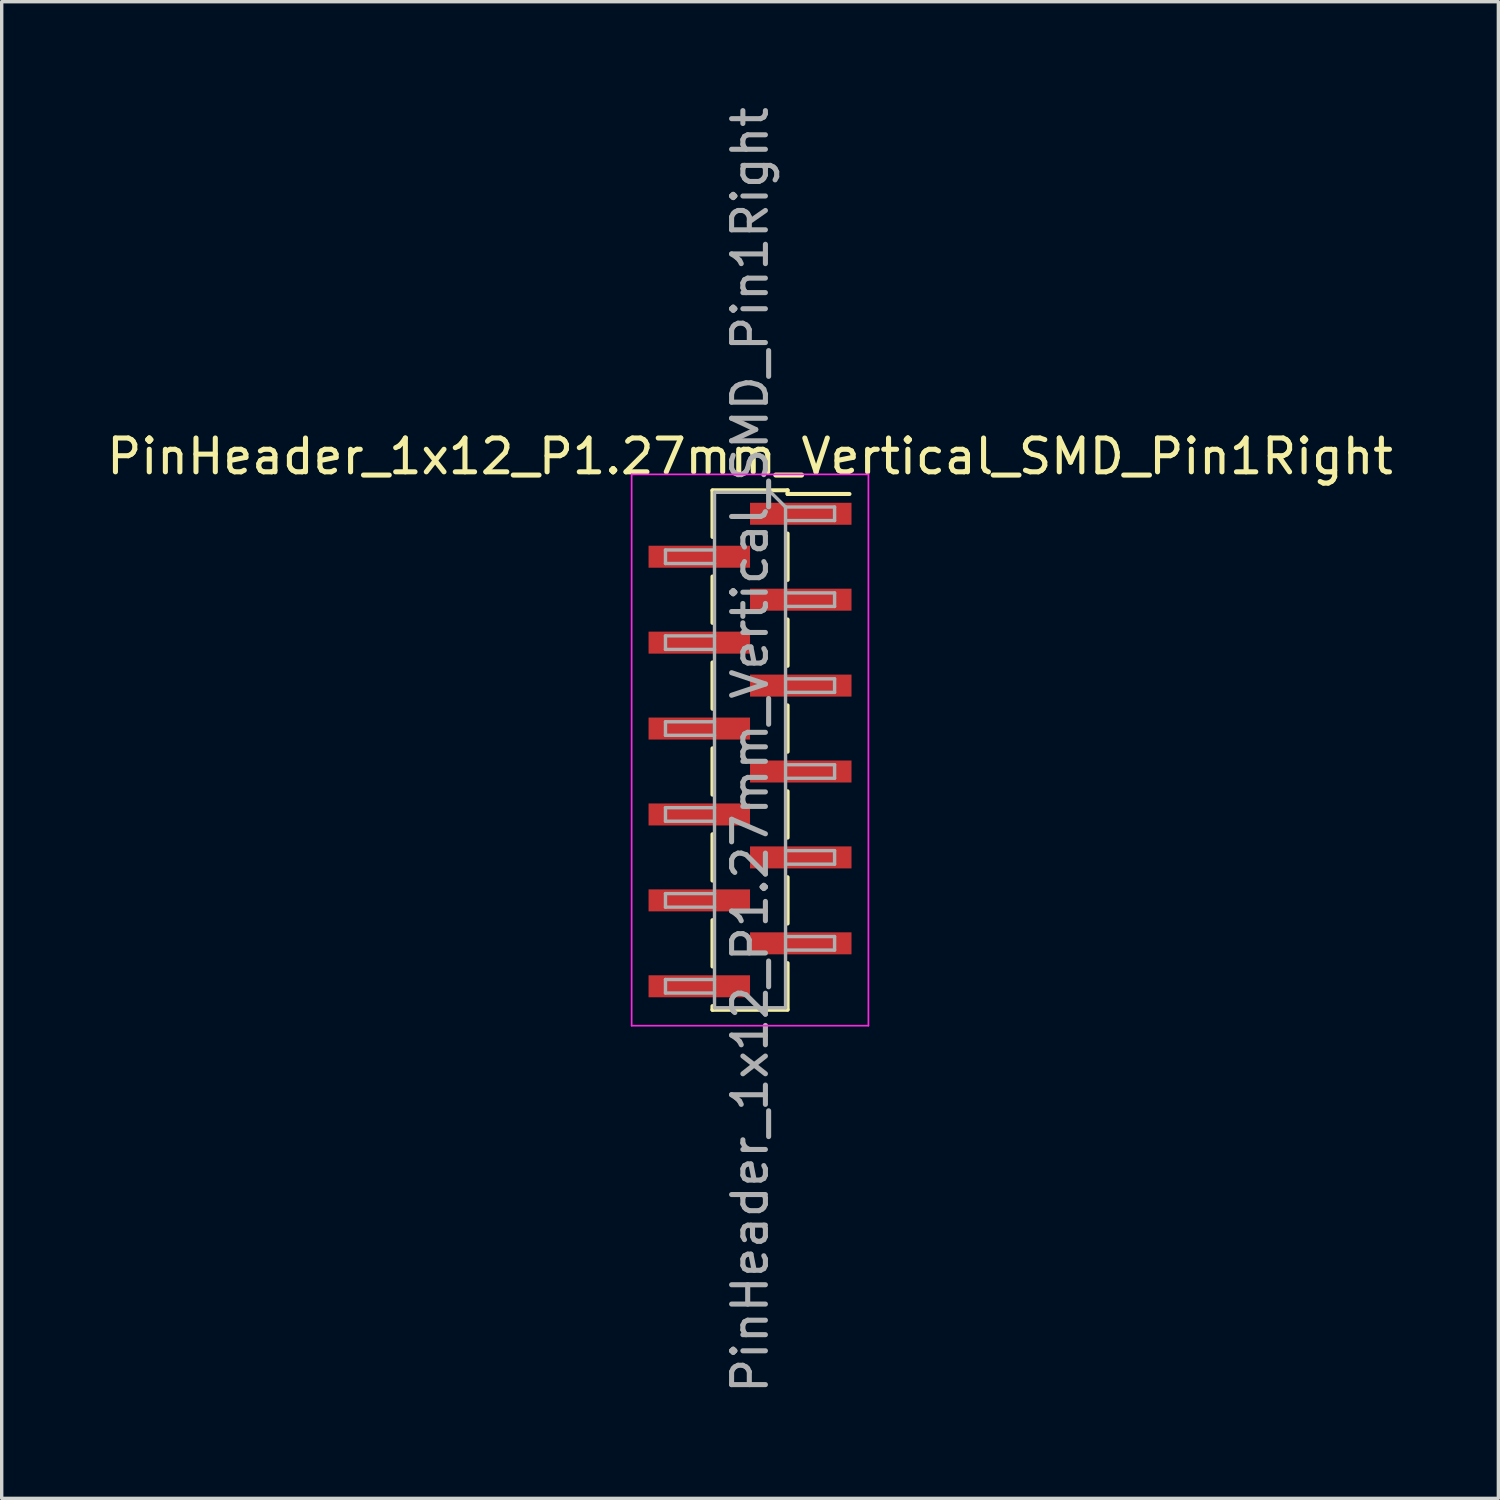
<source format=kicad_pcb>
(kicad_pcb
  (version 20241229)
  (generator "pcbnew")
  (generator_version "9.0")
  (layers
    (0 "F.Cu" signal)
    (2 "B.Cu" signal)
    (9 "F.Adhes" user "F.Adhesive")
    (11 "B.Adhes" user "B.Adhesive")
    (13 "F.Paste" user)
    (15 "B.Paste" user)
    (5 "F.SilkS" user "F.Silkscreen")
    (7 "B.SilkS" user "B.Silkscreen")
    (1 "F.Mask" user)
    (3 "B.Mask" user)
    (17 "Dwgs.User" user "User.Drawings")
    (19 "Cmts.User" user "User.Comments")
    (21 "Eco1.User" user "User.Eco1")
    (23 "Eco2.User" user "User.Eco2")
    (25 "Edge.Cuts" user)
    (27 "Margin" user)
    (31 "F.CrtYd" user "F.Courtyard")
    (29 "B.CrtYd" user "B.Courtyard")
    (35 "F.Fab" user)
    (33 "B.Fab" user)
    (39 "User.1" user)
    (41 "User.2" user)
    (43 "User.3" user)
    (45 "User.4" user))
  (footprint "PinHeader_1x12_P1.27mm_Vertical_SMD_Pin1Right"
    (layer "F.Cu")
    (at 19.125 19.125)
    (property "Reference" "PinHeader_1x12_P1.27mm_Vertical_SMD_Pin1Right" (at 0 -8.68 0) (layer "F.SilkS") (effects (font (size 1 1) (thickness 0.15))))
    (attr smd)
    (fp_line (start -1.11 -7.68) (end 1.11 -7.68) (stroke (width 0.12) (type solid)) (layer "F.SilkS"))
    (fp_line (start -1.11 -7.67) (end -1.11 -6.3) (stroke (width 0.12) (type solid)) (layer "F.SilkS"))
    (fp_line (start -1.11 -5.13) (end -1.11 -3.76) (stroke (width 0.12) (type solid)) (layer "F.SilkS"))
    (fp_line (start -1.11 -2.59) (end -1.11 -1.22) (stroke (width 0.12) (type solid)) (layer "F.SilkS"))
    (fp_line (start -1.11 -0.05) (end -1.11 1.32) (stroke (width 0.12) (type solid)) (layer "F.SilkS"))
    (fp_line (start -1.11 2.49) (end -1.11 3.86) (stroke (width 0.12) (type solid)) (layer "F.SilkS"))
    (fp_line (start -1.11 5.03) (end -1.11 6.4) (stroke (width 0.12) (type solid)) (layer "F.SilkS"))
    (fp_line (start -1.11 7.57) (end -1.11 7.68) (stroke (width 0.12) (type solid)) (layer "F.SilkS"))
    (fp_line (start -1.11 7.68) (end 1.11 7.68) (stroke (width 0.12) (type solid)) (layer "F.SilkS"))
    (fp_line (start 1.11 -7.68) (end 1.11 -7.57) (stroke (width 0.12) (type solid)) (layer "F.SilkS"))
    (fp_line (start 1.11 -7.57) (end 2.94 -7.57) (stroke (width 0.12) (type solid)) (layer "F.SilkS"))
    (fp_line (start 1.11 -6.4) (end 1.11 -5.03) (stroke (width 0.12) (type solid)) (layer "F.SilkS"))
    (fp_line (start 1.11 -3.86) (end 1.11 -2.49) (stroke (width 0.12) (type solid)) (layer "F.SilkS"))
    (fp_line (start 1.11 -1.32) (end 1.11 0.05) (stroke (width 0.12) (type solid)) (layer "F.SilkS"))
    (fp_line (start 1.11 1.22) (end 1.11 2.59) (stroke (width 0.12) (type solid)) (layer "F.SilkS"))
    (fp_line (start 1.11 3.76) (end 1.11 5.13) (stroke (width 0.12) (type solid)) (layer "F.SilkS"))
    (fp_line (start 1.11 6.3) (end 1.11 7.67) (stroke (width 0.12) (type solid)) (layer "F.SilkS"))
    (fp_line (start -3.5 -8.15) (end -3.5 8.15) (stroke (width 0.05) (type solid)) (layer "F.CrtYd"))
    (fp_line (start -3.5 8.15) (end 3.5 8.15) (stroke (width 0.05) (type solid)) (layer "F.CrtYd"))
    (fp_line (start 3.5 -8.15) (end -3.5 -8.15) (stroke (width 0.05) (type solid)) (layer "F.CrtYd"))
    (fp_line (start 3.5 8.15) (end 3.5 -8.15) (stroke (width 0.05) (type solid)) (layer "F.CrtYd"))
    (fp_line (start -2.5 -5.915) (end -2.5 -5.515) (stroke (width 0.1) (type solid)) (layer "F.Fab"))
    (fp_line (start -2.5 -5.515) (end -1.05 -5.515) (stroke (width 0.1) (type solid)) (layer "F.Fab"))
    (fp_line (start -2.5 -3.375) (end -2.5 -2.975) (stroke (width 0.1) (type solid)) (layer "F.Fab"))
    (fp_line (start -2.5 -2.975) (end -1.05 -2.975) (stroke (width 0.1) (type solid)) (layer "F.Fab"))
    (fp_line (start -2.5 -0.835) (end -2.5 -0.435) (stroke (width 0.1) (type solid)) (layer "F.Fab"))
    (fp_line (start -2.5 -0.435) (end -1.05 -0.435) (stroke (width 0.1) (type solid)) (layer "F.Fab"))
    (fp_line (start -2.5 1.705) (end -2.5 2.105) (stroke (width 0.1) (type solid)) (layer "F.Fab"))
    (fp_line (start -2.5 2.105) (end -1.05 2.105) (stroke (width 0.1) (type solid)) (layer "F.Fab"))
    (fp_line (start -2.5 4.245) (end -2.5 4.645) (stroke (width 0.1) (type solid)) (layer "F.Fab"))
    (fp_line (start -2.5 4.645) (end -1.05 4.645) (stroke (width 0.1) (type solid)) (layer "F.Fab"))
    (fp_line (start -2.5 6.785) (end -2.5 7.185) (stroke (width 0.1) (type solid)) (layer "F.Fab"))
    (fp_line (start -2.5 7.185) (end -1.05 7.185) (stroke (width 0.1) (type solid)) (layer "F.Fab"))
    (fp_line (start -1.05 -7.62) (end -1.05 7.62) (stroke (width 0.1) (type solid)) (layer "F.Fab"))
    (fp_line (start -1.05 -7.62) (end 0.615 -7.62) (stroke (width 0.1) (type solid)) (layer "F.Fab"))
    (fp_line (start -1.05 -5.915) (end -2.5 -5.915) (stroke (width 0.1) (type solid)) (layer "F.Fab"))
    (fp_line (start -1.05 -3.375) (end -2.5 -3.375) (stroke (width 0.1) (type solid)) (layer "F.Fab"))
    (fp_line (start -1.05 -0.835) (end -2.5 -0.835) (stroke (width 0.1) (type solid)) (layer "F.Fab"))
    (fp_line (start -1.05 1.705) (end -2.5 1.705) (stroke (width 0.1) (type solid)) (layer "F.Fab"))
    (fp_line (start -1.05 4.245) (end -2.5 4.245) (stroke (width 0.1) (type solid)) (layer "F.Fab"))
    (fp_line (start -1.05 6.785) (end -2.5 6.785) (stroke (width 0.1) (type solid)) (layer "F.Fab"))
    (fp_line (start 1.05 -7.185) (end 0.615 -7.62) (stroke (width 0.1) (type solid)) (layer "F.Fab"))
    (fp_line (start 1.05 -7.185) (end 2.5 -7.185) (stroke (width 0.1) (type solid)) (layer "F.Fab"))
    (fp_line (start 1.05 -4.645) (end 2.5 -4.645) (stroke (width 0.1) (type solid)) (layer "F.Fab"))
    (fp_line (start 1.05 -2.105) (end 2.5 -2.105) (stroke (width 0.1) (type solid)) (layer "F.Fab"))
    (fp_line (start 1.05 0.435) (end 2.5 0.435) (stroke (width 0.1) (type solid)) (layer "F.Fab"))
    (fp_line (start 1.05 2.975) (end 2.5 2.975) (stroke (width 0.1) (type solid)) (layer "F.Fab"))
    (fp_line (start 1.05 5.515) (end 2.5 5.515) (stroke (width 0.1) (type solid)) (layer "F.Fab"))
    (fp_line (start 1.05 7.62) (end -1.05 7.62) (stroke (width 0.1) (type solid)) (layer "F.Fab"))
    (fp_line (start 1.05 7.62) (end 1.05 -7.185) (stroke (width 0.1) (type solid)) (layer "F.Fab"))
    (fp_line (start 2.5 -7.185) (end 2.5 -6.785) (stroke (width 0.1) (type solid)) (layer "F.Fab"))
    (fp_line (start 2.5 -6.785) (end 1.05 -6.785) (stroke (width 0.1) (type solid)) (layer "F.Fab"))
    (fp_line (start 2.5 -4.645) (end 2.5 -4.245) (stroke (width 0.1) (type solid)) (layer "F.Fab"))
    (fp_line (start 2.5 -4.245) (end 1.05 -4.245) (stroke (width 0.1) (type solid)) (layer "F.Fab"))
    (fp_line (start 2.5 -2.105) (end 2.5 -1.705) (stroke (width 0.1) (type solid)) (layer "F.Fab"))
    (fp_line (start 2.5 -1.705) (end 1.05 -1.705) (stroke (width 0.1) (type solid)) (layer "F.Fab"))
    (fp_line (start 2.5 0.435) (end 2.5 0.835) (stroke (width 0.1) (type solid)) (layer "F.Fab"))
    (fp_line (start 2.5 0.835) (end 1.05 0.835) (stroke (width 0.1) (type solid)) (layer "F.Fab"))
    (fp_line (start 2.5 2.975) (end 2.5 3.375) (stroke (width 0.1) (type solid)) (layer "F.Fab"))
    (fp_line (start 2.5 3.375) (end 1.05 3.375) (stroke (width 0.1) (type solid)) (layer "F.Fab"))
    (fp_line (start 2.5 5.515) (end 2.5 5.915) (stroke (width 0.1) (type solid)) (layer "F.Fab"))
    (fp_line (start 2.5 5.915) (end 1.05 5.915) (stroke (width 0.1) (type solid)) (layer "F.Fab"))
    (fp_text user "${REFERENCE}" (at 0 0 90) (layer "F.Fab") (effects (font (size 1 1) (thickness 0.15))))
    (pad "1" smd rect (at 1.5 -6.985) (size 3 0.65) (layers "F.Cu" "F.Mask" "F.Paste"))
    (pad "2" smd rect (at -1.5 -5.715) (size 3 0.65) (layers "F.Cu" "F.Mask" "F.Paste"))
    (pad "3" smd rect (at 1.5 -4.445) (size 3 0.65) (layers "F.Cu" "F.Mask" "F.Paste"))
    (pad "4" smd rect (at -1.5 -3.175) (size 3 0.65) (layers "F.Cu" "F.Mask" "F.Paste"))
    (pad "5" smd rect (at 1.5 -1.905) (size 3 0.65) (layers "F.Cu" "F.Mask" "F.Paste"))
    (pad "6" smd rect (at -1.5 -0.635) (size 3 0.65) (layers "F.Cu" "F.Mask" "F.Paste"))
    (pad "7" smd rect (at 1.5 0.635) (size 3 0.65) (layers "F.Cu" "F.Mask" "F.Paste"))
    (pad "8" smd rect (at -1.5 1.905) (size 3 0.65) (layers "F.Cu" "F.Mask" "F.Paste"))
    (pad "9" smd rect (at 1.5 3.175) (size 3 0.65) (layers "F.Cu" "F.Mask" "F.Paste"))
    (pad "10" smd rect (at -1.5 4.445) (size 3 0.65) (layers "F.Cu" "F.Mask" "F.Paste"))
    (pad "11" smd rect (at 1.5 5.715) (size 3 0.65) (layers "F.Cu" "F.Mask" "F.Paste"))
    (pad "12" smd rect (at -1.5 6.985) (size 3 0.65) (layers "F.Cu" "F.Mask" "F.Paste")))
  (gr_rect
    (start -3 -3)
    (end 41.25 41.25)
    (stroke (width 0.1) (type default))
    (fill no)
    (layer "Edge.Cuts")))
</source>
